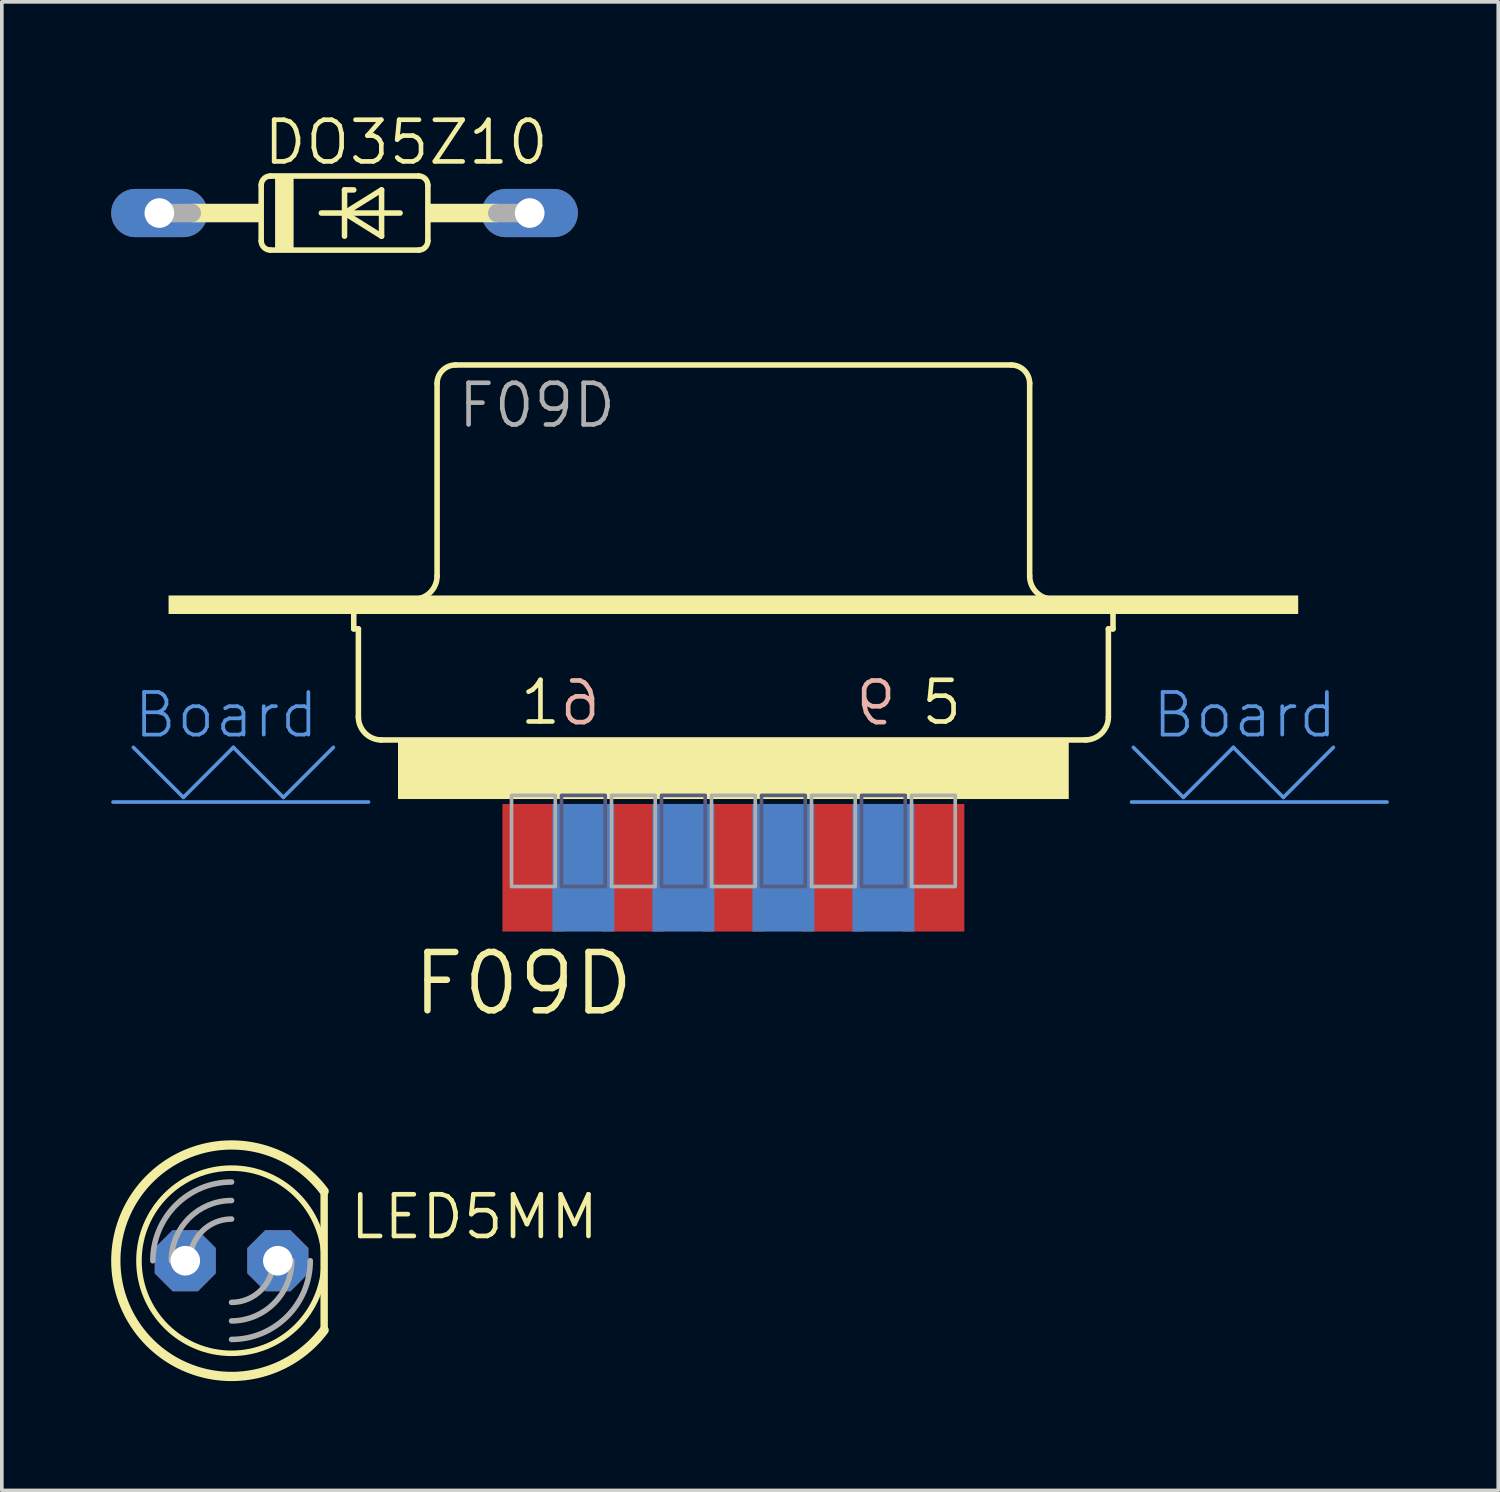
<source format=kicad_pcb>
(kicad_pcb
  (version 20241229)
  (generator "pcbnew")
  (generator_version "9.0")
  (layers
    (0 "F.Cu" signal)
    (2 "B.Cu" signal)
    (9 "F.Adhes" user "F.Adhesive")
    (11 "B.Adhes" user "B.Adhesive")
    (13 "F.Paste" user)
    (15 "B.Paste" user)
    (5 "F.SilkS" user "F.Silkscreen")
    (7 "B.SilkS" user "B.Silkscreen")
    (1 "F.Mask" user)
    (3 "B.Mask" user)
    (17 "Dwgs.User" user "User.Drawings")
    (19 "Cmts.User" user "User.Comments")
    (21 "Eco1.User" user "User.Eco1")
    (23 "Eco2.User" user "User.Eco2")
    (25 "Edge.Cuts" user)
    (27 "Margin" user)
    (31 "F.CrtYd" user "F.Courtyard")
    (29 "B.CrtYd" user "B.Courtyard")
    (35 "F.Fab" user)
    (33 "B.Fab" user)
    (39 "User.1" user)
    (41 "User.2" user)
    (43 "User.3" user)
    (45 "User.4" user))
  (footprint "F09D"
    (layer "F.Cu")
    (at 17.068 14.709)
    (property "Reference" "F09D" (at -8.89 10.16 0) (layer "F.SilkS") (effects (font (size 1.6 1.6) (thickness 0.178)) (justify left bottom)))
    (fp_line (start -10.414 -0.508) (end -10.414 -1.016) (stroke (width 0.152) (type solid)) (layer "F.SilkS"))
    (fp_line (start -10.414 -0.508) (end -10.287 -0.508) (stroke (width 0.152) (type solid)) (layer "F.SilkS"))
    (fp_line (start -10.287 1.905) (end -10.287 -0.508) (stroke (width 0.152) (type solid)) (layer "F.SilkS"))
    (fp_line (start -9.671 2.54) (end 9.671 2.54) (stroke (width 0.152) (type solid)) (layer "F.SilkS"))
    (fp_line (start -8.128 -1.959) (end -8.128 -7.239) (stroke (width 0.152) (type solid)) (layer "F.SilkS"))
    (fp_line (start -7.62 -7.747) (end 7.62 -7.747) (stroke (width 0.152) (type solid)) (layer "F.SilkS"))
    (fp_line (start 8.128 -1.959) (end 8.128 -7.239) (stroke (width 0.152) (type solid)) (layer "F.SilkS"))
    (fp_line (start 10.287 -0.508) (end 10.414 -0.508) (stroke (width 0.152) (type solid)) (layer "F.SilkS"))
    (fp_line (start 10.287 1.905) (end 10.287 -0.508) (stroke (width 0.152) (type solid)) (layer "F.SilkS"))
    (fp_line (start 10.414 -0.508) (end 10.414 -1.016) (stroke (width 0.152) (type solid)) (layer "F.SilkS"))
    (fp_arc (start -9.652 2.54) (mid -10.101013 2.354013) (end -10.287 1.905) (stroke (width 0.1524) (type solid)) (layer "F.SilkS"))
    (fp_arc (start -8.128 -7.239) (mid -7.97921 -7.59821) (end -7.62 -7.747) (stroke (width 0.1524) (type solid)) (layer "F.SilkS"))
    (fp_arc (start -8.128 -1.959) (mid -8.313987 -1.509987) (end -8.763 -1.324) (stroke (width 0.1524) (type solid)) (layer "F.SilkS"))
    (fp_arc (start 7.62 -7.747) (mid 7.97921 -7.59821) (end 8.128 -7.239) (stroke (width 0.1524) (type solid)) (layer "F.SilkS"))
    (fp_arc (start 8.763 -1.324) (mid 8.313987 -1.509987) (end 8.128 -1.959) (stroke (width 0.1524) (type solid)) (layer "F.SilkS"))
    (fp_arc (start 10.287 1.905) (mid 10.101013 2.354013) (end 9.652 2.54) (stroke (width 0.1524) (type solid)) (layer "F.SilkS"))
    (fp_poly (pts (xy -15.494 -0.916) (xy 15.494 -0.916) (xy 15.494 -1.424) (xy -15.494 -1.424)) (stroke (width 0) (type default)) (fill yes) (layer "F.SilkS"))
    (fp_poly (pts (xy -9.2 4.16) (xy 9.2 4.16) (xy 9.2 2.56) (xy -9.2 2.56)) (stroke (width 0) (type default)) (fill yes) (layer "F.SilkS"))
    (fp_line (start -17.018 4.242) (end -10.008 4.242) (stroke (width 0.1) (type solid)) (layer "Cmts.User"))
    (fp_line (start -16.459 2.743) (end -15.088 4.115) (stroke (width 0.1) (type solid)) (layer "Cmts.User"))
    (fp_line (start -15.088 4.115) (end -13.716 2.743) (stroke (width 0.1) (type solid)) (layer "Cmts.User"))
    (fp_line (start -13.716 2.743) (end -12.344 4.115) (stroke (width 0.1) (type solid)) (layer "Cmts.User"))
    (fp_line (start -12.344 4.115) (end -10.973 2.743) (stroke (width 0.1) (type solid)) (layer "Cmts.User"))
    (fp_line (start 10.922 4.242) (end 17.932 4.242) (stroke (width 0.1) (type solid)) (layer "Cmts.User"))
    (fp_line (start 10.973 2.743) (end 12.344 4.115) (stroke (width 0.1) (type solid)) (layer "Cmts.User"))
    (fp_line (start 12.344 4.115) (end 13.716 2.743) (stroke (width 0.1) (type solid)) (layer "Cmts.User"))
    (fp_line (start 13.716 2.743) (end 15.088 4.115) (stroke (width 0.1) (type solid)) (layer "Cmts.User"))
    (fp_line (start 15.088 4.115) (end 16.459 2.743) (stroke (width 0.1) (type solid)) (layer "Cmts.User"))
    (fp_poly (pts (xy -4.715 6.56) (xy -3.515 6.56) (xy -3.515 4.06) (xy -4.715 4.06)) (stroke (width 0.1) (type default)) (fill no) (layer "B.Fab"))
    (fp_poly (pts (xy -1.972 6.56) (xy -0.772 6.56) (xy -0.772 4.06) (xy -1.972 4.06)) (stroke (width 0.1) (type default)) (fill no) (layer "B.Fab"))
    (fp_poly (pts (xy 0.772 6.56) (xy 1.972 6.56) (xy 1.972 4.06) (xy 0.772 4.06)) (stroke (width 0.1) (type default)) (fill no) (layer "B.Fab"))
    (fp_poly (pts (xy 3.515 6.56) (xy 4.715 6.56) (xy 4.715 4.06) (xy 3.515 4.06)) (stroke (width 0.1) (type default)) (fill no) (layer "B.Fab"))
    (fp_poly (pts (xy -6.086 6.56) (xy -4.886 6.56) (xy -4.886 4.06) (xy -6.086 4.06)) (stroke (width 0.1) (type default)) (fill no) (layer "F.Fab"))
    (fp_poly (pts (xy -3.343 6.56) (xy -2.143 6.56) (xy -2.143 4.06) (xy -3.343 4.06)) (stroke (width 0.1) (type default)) (fill no) (layer "F.Fab"))
    (fp_poly (pts (xy -0.6 6.56) (xy 0.6 6.56) (xy 0.6 4.06) (xy -0.6 4.06)) (stroke (width 0.1) (type default)) (fill no) (layer "F.Fab"))
    (fp_poly (pts (xy 2.143 6.56) (xy 3.343 6.56) (xy 3.343 4.06) (xy 2.143 4.06)) (stroke (width 0.1) (type default)) (fill no) (layer "F.Fab"))
    (fp_poly (pts (xy 4.886 6.56) (xy 6.086 6.56) (xy 6.086 4.06) (xy 4.886 4.06)) (stroke (width 0.1) (type default)) (fill no) (layer "F.Fab"))
    (fp_text user "5" (at 5.085 2.179 0) (layer "F.SilkS") (effects (font (size 1.143 1.143) (thickness 0.127)) (justify left bottom)))
    (fp_text user "1" (at -5.92 2.179 0) (layer "F.SilkS") (effects (font (size 1.143 1.143) (thickness 0.127)) (justify left bottom)))
    (fp_text user "6" (at -3.577 2.197 0) (layer "B.SilkS") (effects (font (size 1.143 1.143) (thickness 0.127)) (justify left bottom mirror)))
    (fp_text user "9" (at 4.542 2.197 0) (layer "B.SilkS") (effects (font (size 1.143 1.143) (thickness 0.127)) (justify left bottom mirror)))
    (fp_text user "Board " (at -16.51 2.54 0) (layer "Cmts.User") (effects (font (size 1.168 1.168) (thickness 0.102)) (justify left bottom)))
    (fp_text user "Board" (at 11.43 2.54 0) (layer "Cmts.User") (effects (font (size 1.168 1.168) (thickness 0.102)) (justify left bottom)))
    (fp_text user "F09D" (at -7.62 -5.969 0) (layer "F.Fab") (effects (font (size 1.143 1.143) (thickness 0.127)) (justify left bottom)))
    (pad "1" smd rect (at -5.486 6.045) (size 1.7 3.5) (layers "F.Cu" "F.Mask" "F.Paste"))
    (pad "2" smd rect (at -2.743 6.045) (size 1.7 3.5) (layers "F.Cu" "F.Mask" "F.Paste"))
    (pad "3" smd rect (at 0 6.045) (size 1.7 3.5) (layers "F.Cu" "F.Mask" "F.Paste"))
    (pad "4" smd rect (at 2.743 6.045) (size 1.7 3.5) (layers "F.Cu" "F.Mask" "F.Paste"))
    (pad "5" smd rect (at 5.486 6.045) (size 1.7 3.5) (layers "F.Cu" "F.Mask" "F.Paste"))
    (pad "6" smd rect (at -4.115 6.045) (size 1.7 3.5) (layers "B.Cu" "B.Mask" "B.Paste"))
    (pad "7" smd rect (at -1.372 6.045) (size 1.7 3.5) (layers "B.Cu" "B.Mask" "B.Paste"))
    (pad "8" smd rect (at 1.372 6.045) (size 1.7 3.5) (layers "B.Cu" "B.Mask" "B.Paste"))
    (pad "9" smd rect (at 4.115 6.045) (size 1.7 3.5) (layers "B.Cu" "B.Mask" "B.Paste")))
  (footprint "LED5MM"
    (layer "F.Cu")
    (at 3.302 31.534)
    (property "Reference" "LED5MM" (at 3.175 -0.533 0) (layer "F.SilkS") (effects (font (size 1.143 1.143) (thickness 0.127)) (justify left bottom)))
    (fp_line (start 2.54 1.905) (end 2.54 -1.905) (stroke (width 0.203) (type solid)) (layer "F.SilkS"))
    (fp_arc (start 2.54 1.905) (mid -3.175 0) (end 2.54 -1.905) (stroke (width 0.254) (type solid)) (layer "F.SilkS"))
    (fp_circle (center 0 0) (end 2.54 0) (stroke (width 0.152) (type solid)) (fill no) (layer "F.SilkS"))
    (fp_arc (start -2.159 0) (mid -1.526644 -1.526644) (end 0 -2.159) (stroke (width 0.1524) (type solid)) (layer "F.Fab"))
    (fp_arc (start -1.651 0) (mid -1.167433 -1.167433) (end 0 -1.651) (stroke (width 0.1524) (type solid)) (layer "F.Fab"))
    (fp_arc (start -1.143 0) (mid -0.808223 -0.808223) (end 0 -1.143) (stroke (width 0.1524) (type solid)) (layer "F.Fab"))
    (fp_arc (start 1.143 0) (mid 0.808223 0.808223) (end 0 1.143) (stroke (width 0.1524) (type solid)) (layer "F.Fab"))
    (fp_arc (start 1.651 0) (mid 1.167433 1.167433) (end 0 1.651) (stroke (width 0.1524) (type solid)) (layer "F.Fab"))
    (fp_arc (start 2.159 0) (mid 1.526644 1.526644) (end 0 2.159) (stroke (width 0.1524) (type solid)) (layer "F.Fab"))
    (pad "A" thru_hole roundrect (at -1.27 0) (size 1.676 1.676) (drill 0.813) (layers "*.Cu" "*.Mask") (roundrect_rratio 0.25) (chamfer_ratio 0.293) (chamfer top_left top_right bottom_left bottom_right))
    (pad "K" thru_hole roundrect (at 1.27 0) (size 1.676 1.676) (drill 0.813) (layers "*.Cu" "*.Mask") (roundrect_rratio 0.25) (chamfer_ratio 0.293) (chamfer top_left top_right bottom_left bottom_right)))
  (footprint "DO35Z10"
    (layer "F.Cu")
    (at 6.401 2.794)
    (property "Reference" "DO35Z10" (at -2.286 -1.27 0) (layer "F.SilkS") (effects (font (size 1.143 1.143) (thickness 0.127)) (justify left bottom)))
    (fp_line (start -2.286 -0.762) (end -2.286 0.762) (stroke (width 0.152) (type solid)) (layer "F.SilkS"))
    (fp_line (start -2.032 -1.016) (end 2.032 -1.016) (stroke (width 0.152) (type solid)) (layer "F.SilkS"))
    (fp_line (start -2.032 1.016) (end 2.032 1.016) (stroke (width 0.152) (type solid)) (layer "F.SilkS"))
    (fp_line (start -0.635 0) (end 0 0) (stroke (width 0.152) (type solid)) (layer "F.SilkS"))
    (fp_line (start 0 -0.635) (end 0 0) (stroke (width 0.152) (type solid)) (layer "F.SilkS"))
    (fp_line (start 0 0) (end 0 0.635) (stroke (width 0.152) (type solid)) (layer "F.SilkS"))
    (fp_line (start 0 0) (end 1.016 -0.635) (stroke (width 0.152) (type solid)) (layer "F.SilkS"))
    (fp_line (start 0 0) (end 1.524 0) (stroke (width 0.152) (type solid)) (layer "F.SilkS"))
    (fp_line (start 0.254 -0.635) (end 0 -0.635) (stroke (width 0.152) (type solid)) (layer "F.SilkS"))
    (fp_line (start 1.016 -0.635) (end 1.016 0.635) (stroke (width 0.152) (type solid)) (layer "F.SilkS"))
    (fp_line (start 1.016 0.635) (end 0 0) (stroke (width 0.152) (type solid)) (layer "F.SilkS"))
    (fp_line (start 2.286 -0.762) (end 2.286 0.762) (stroke (width 0.152) (type solid)) (layer "F.SilkS"))
    (fp_arc (start -2.286 -0.762) (mid -2.211605 -0.941605) (end -2.032 -1.016) (stroke (width 0.1524) (type solid)) (layer "F.SilkS"))
    (fp_arc (start -2.032 1.016) (mid -2.211605 0.941605) (end -2.286 0.762) (stroke (width 0.1524) (type solid)) (layer "F.SilkS"))
    (fp_arc (start 2.032 -1.016) (mid 2.211605 -0.941605) (end 2.286 -0.762) (stroke (width 0.1524) (type solid)) (layer "F.SilkS"))
    (fp_arc (start 2.286 0.762) (mid 2.211605 0.941605) (end 2.032 1.016) (stroke (width 0.1524) (type solid)) (layer "F.SilkS"))
    (fp_poly (pts (xy -4.191 0.254) (xy -2.286 0.254) (xy -2.286 -0.254) (xy -4.191 -0.254)) (stroke (width 0) (type default)) (fill yes) (layer "F.SilkS"))
    (fp_poly (pts (xy -1.905 1.016) (xy -1.397 1.016) (xy -1.397 -1.016) (xy -1.905 -1.016)) (stroke (width 0) (type default)) (fill yes) (layer "F.SilkS"))
    (fp_poly (pts (xy 2.286 0.254) (xy 4.191 0.254) (xy 4.191 -0.254) (xy 2.286 -0.254)) (stroke (width 0) (type default)) (fill yes) (layer "F.SilkS"))
    (fp_line (start -5.08 0) (end -4.191 0) (stroke (width 0.508) (type solid)) (layer "F.Fab"))
    (fp_line (start 5.08 0) (end 4.191 0) (stroke (width 0.508) (type solid)) (layer "F.Fab"))
    (pad "A" thru_hole oval (at 5.08 0) (size 2.642 1.321) (drill 0.813) (layers "*.Cu" "*.Mask"))
    (pad "C" thru_hole oval (at -5.08 0) (size 2.642 1.321) (drill 0.813) (layers "*.Cu" "*.Mask")))
  (gr_rect
    (start -3 -3)
    (end 38.05 37.836)
    (stroke (width 0.1) (type default))
    (fill no)
    (layer "Edge.Cuts")))
</source>
